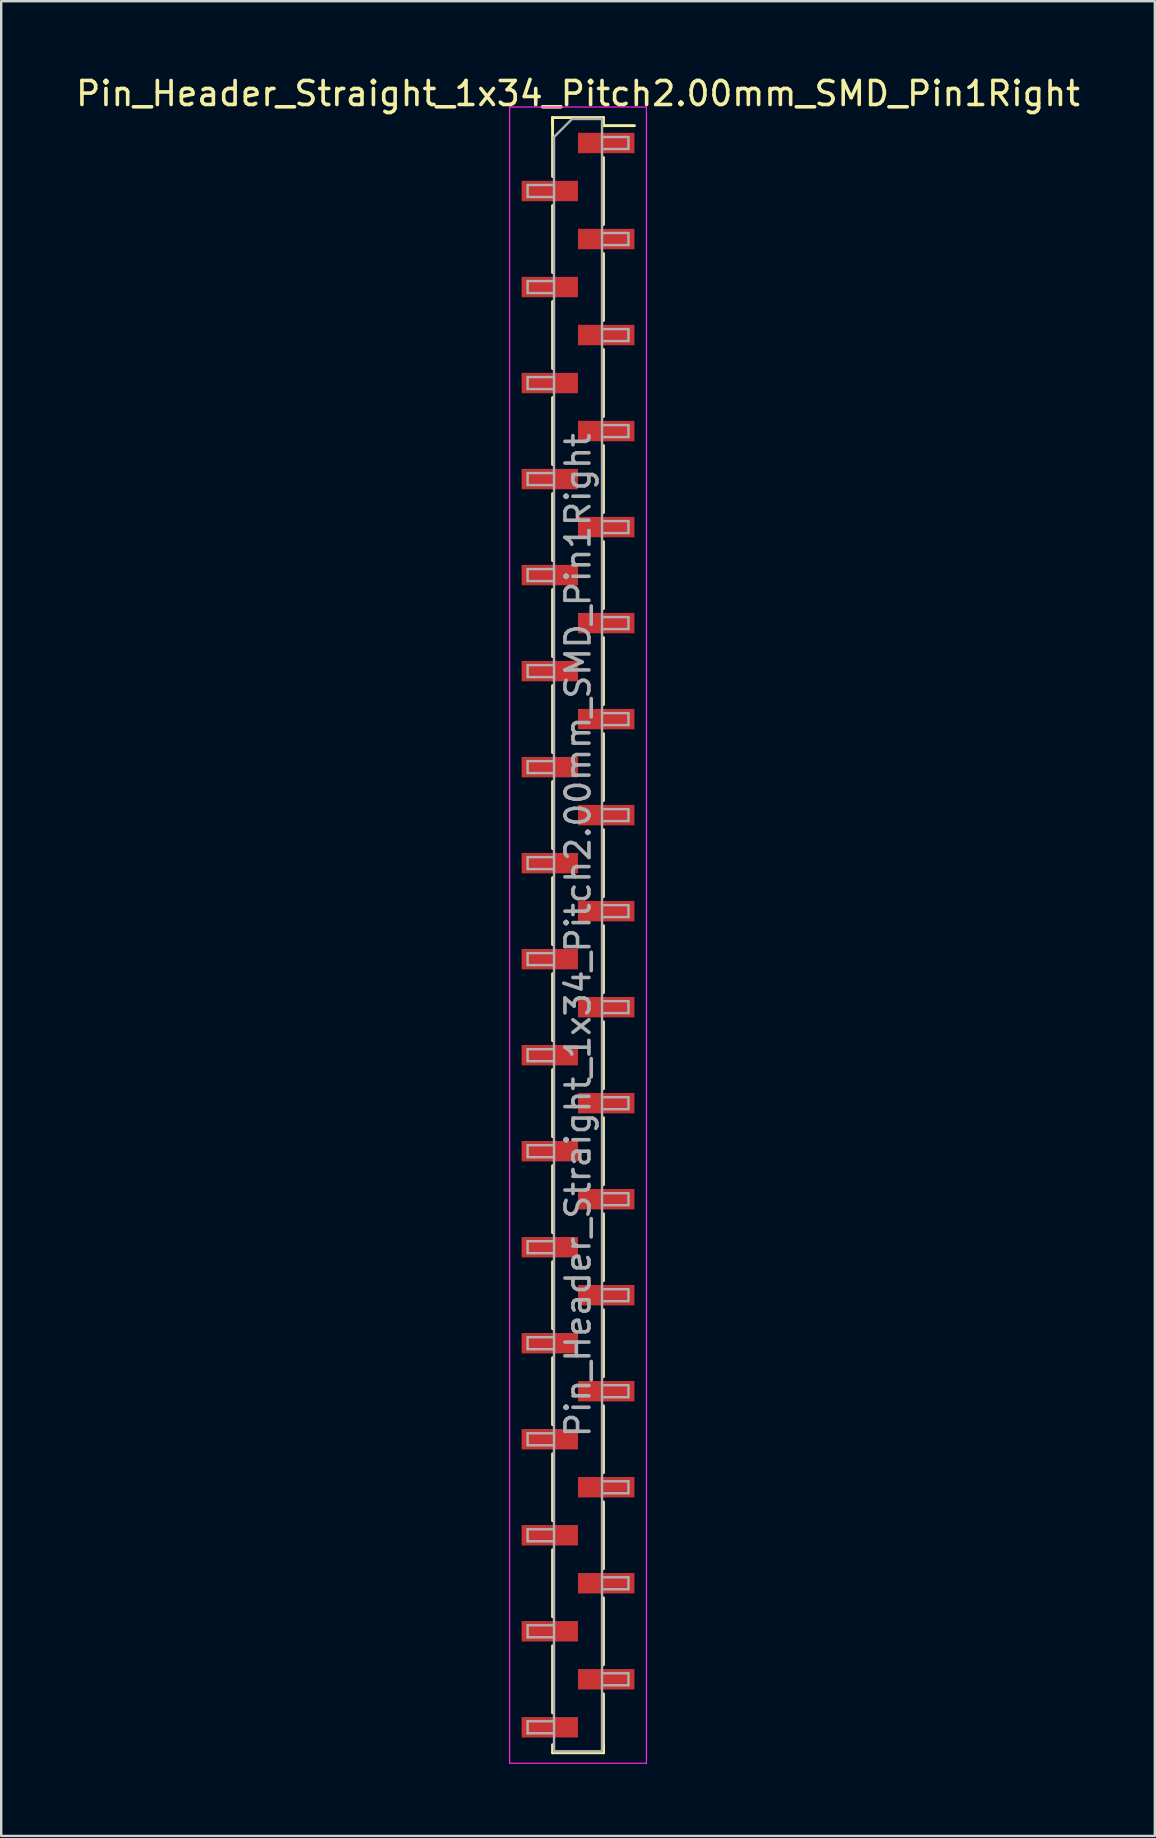
<source format=kicad_pcb>
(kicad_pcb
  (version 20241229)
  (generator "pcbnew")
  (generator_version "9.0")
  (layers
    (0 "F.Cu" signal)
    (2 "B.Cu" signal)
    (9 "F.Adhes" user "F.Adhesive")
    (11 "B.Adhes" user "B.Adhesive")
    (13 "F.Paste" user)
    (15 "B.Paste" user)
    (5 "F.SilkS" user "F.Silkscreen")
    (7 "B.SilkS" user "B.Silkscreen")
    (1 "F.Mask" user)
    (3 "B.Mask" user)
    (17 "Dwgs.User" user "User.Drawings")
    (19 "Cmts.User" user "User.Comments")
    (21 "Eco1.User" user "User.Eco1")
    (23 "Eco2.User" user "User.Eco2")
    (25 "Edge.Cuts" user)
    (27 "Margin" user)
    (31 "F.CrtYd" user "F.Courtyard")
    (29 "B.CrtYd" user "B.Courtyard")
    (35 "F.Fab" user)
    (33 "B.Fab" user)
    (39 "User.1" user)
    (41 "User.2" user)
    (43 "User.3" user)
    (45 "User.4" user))
  (footprint "Pin_Header_Straight_1x34_Pitch2.00mm_SMD_Pin1Right"
    (layer "F.Cu")
    (at 21.03 35.908)
    (property "Reference" "Pin_Header_Straight_1x34_Pitch2.00mm_SMD_Pin1Right" (at 0 -35.06 0) (layer "F.SilkS") (effects (font (size 1 1) (thickness 0.15))))
    (attr smd)
    (fp_line (start -1.06 -34.06) (end -1.06 -31.605) (stroke (width 0.12) (type solid)) (layer "F.SilkS"))
    (fp_line (start -1.06 -34.06) (end 1.06 -34.06) (stroke (width 0.12) (type solid)) (layer "F.SilkS"))
    (fp_line (start -1.06 -33.725) (end -1.06 -34.06) (stroke (width 0.12) (type solid)) (layer "F.SilkS"))
    (fp_line (start -1.06 -30.395) (end -1.06 -27.605) (stroke (width 0.12) (type solid)) (layer "F.SilkS"))
    (fp_line (start -1.06 -26.395) (end -1.06 -23.605) (stroke (width 0.12) (type solid)) (layer "F.SilkS"))
    (fp_line (start -1.06 -22.395) (end -1.06 -19.605) (stroke (width 0.12) (type solid)) (layer "F.SilkS"))
    (fp_line (start -1.06 -18.395) (end -1.06 -15.605) (stroke (width 0.12) (type solid)) (layer "F.SilkS"))
    (fp_line (start -1.06 -14.395) (end -1.06 -11.605) (stroke (width 0.12) (type solid)) (layer "F.SilkS"))
    (fp_line (start -1.06 -10.395) (end -1.06 -7.605) (stroke (width 0.12) (type solid)) (layer "F.SilkS"))
    (fp_line (start -1.06 -6.395) (end -1.06 -3.605) (stroke (width 0.12) (type solid)) (layer "F.SilkS"))
    (fp_line (start -1.06 -2.395) (end -1.06 0.395) (stroke (width 0.12) (type solid)) (layer "F.SilkS"))
    (fp_line (start -1.06 1.605) (end -1.06 4.395) (stroke (width 0.12) (type solid)) (layer "F.SilkS"))
    (fp_line (start -1.06 5.605) (end -1.06 8.395) (stroke (width 0.12) (type solid)) (layer "F.SilkS"))
    (fp_line (start -1.06 9.605) (end -1.06 12.395) (stroke (width 0.12) (type solid)) (layer "F.SilkS"))
    (fp_line (start -1.06 13.605) (end -1.06 16.395) (stroke (width 0.12) (type solid)) (layer "F.SilkS"))
    (fp_line (start -1.06 17.605) (end -1.06 20.395) (stroke (width 0.12) (type solid)) (layer "F.SilkS"))
    (fp_line (start -1.06 21.605) (end -1.06 24.395) (stroke (width 0.12) (type solid)) (layer "F.SilkS"))
    (fp_line (start -1.06 25.605) (end -1.06 28.395) (stroke (width 0.12) (type solid)) (layer "F.SilkS"))
    (fp_line (start -1.06 29.605) (end -1.06 32.395) (stroke (width 0.12) (type solid)) (layer "F.SilkS"))
    (fp_line (start -1.06 33.725) (end -1.06 34.06) (stroke (width 0.12) (type solid)) (layer "F.SilkS"))
    (fp_line (start -1.06 34.06) (end 1.06 34.06) (stroke (width 0.12) (type solid)) (layer "F.SilkS"))
    (fp_line (start 1.06 -34.06) (end 1.06 -33.725) (stroke (width 0.12) (type solid)) (layer "F.SilkS"))
    (fp_line (start 1.06 -33.725) (end 2.35 -33.725) (stroke (width 0.12) (type solid)) (layer "F.SilkS"))
    (fp_line (start 1.06 -32.395) (end 1.06 -29.605) (stroke (width 0.12) (type solid)) (layer "F.SilkS"))
    (fp_line (start 1.06 -28.395) (end 1.06 -25.605) (stroke (width 0.12) (type solid)) (layer "F.SilkS"))
    (fp_line (start 1.06 -24.395) (end 1.06 -21.605) (stroke (width 0.12) (type solid)) (layer "F.SilkS"))
    (fp_line (start 1.06 -20.395) (end 1.06 -17.605) (stroke (width 0.12) (type solid)) (layer "F.SilkS"))
    (fp_line (start 1.06 -16.395) (end 1.06 -13.605) (stroke (width 0.12) (type solid)) (layer "F.SilkS"))
    (fp_line (start 1.06 -12.395) (end 1.06 -9.605) (stroke (width 0.12) (type solid)) (layer "F.SilkS"))
    (fp_line (start 1.06 -8.395) (end 1.06 -5.605) (stroke (width 0.12) (type solid)) (layer "F.SilkS"))
    (fp_line (start 1.06 -4.395) (end 1.06 -1.605) (stroke (width 0.12) (type solid)) (layer "F.SilkS"))
    (fp_line (start 1.06 -0.395) (end 1.06 2.395) (stroke (width 0.12) (type solid)) (layer "F.SilkS"))
    (fp_line (start 1.06 3.605) (end 1.06 6.395) (stroke (width 0.12) (type solid)) (layer "F.SilkS"))
    (fp_line (start 1.06 7.605) (end 1.06 10.395) (stroke (width 0.12) (type solid)) (layer "F.SilkS"))
    (fp_line (start 1.06 11.605) (end 1.06 14.395) (stroke (width 0.12) (type solid)) (layer "F.SilkS"))
    (fp_line (start 1.06 15.605) (end 1.06 18.395) (stroke (width 0.12) (type solid)) (layer "F.SilkS"))
    (fp_line (start 1.06 19.605) (end 1.06 22.395) (stroke (width 0.12) (type solid)) (layer "F.SilkS"))
    (fp_line (start 1.06 23.605) (end 1.06 26.395) (stroke (width 0.12) (type solid)) (layer "F.SilkS"))
    (fp_line (start 1.06 27.605) (end 1.06 30.395) (stroke (width 0.12) (type solid)) (layer "F.SilkS"))
    (fp_line (start 1.06 31.605) (end 1.06 34.06) (stroke (width 0.12) (type solid)) (layer "F.SilkS"))
    (fp_line (start 1.06 34.06) (end 1.06 33.725) (stroke (width 0.12) (type solid)) (layer "F.SilkS"))
    (fp_line (start -2.85 -34.5) (end -2.85 34.5) (stroke (width 0.05) (type solid)) (layer "F.CrtYd"))
    (fp_line (start -2.85 34.5) (end 2.85 34.5) (stroke (width 0.05) (type solid)) (layer "F.CrtYd"))
    (fp_line (start 2.85 -34.5) (end -2.85 -34.5) (stroke (width 0.05) (type solid)) (layer "F.CrtYd"))
    (fp_line (start 2.85 34.5) (end 2.85 -34.5) (stroke (width 0.05) (type solid)) (layer "F.CrtYd"))
    (fp_line (start -2.1 -31.25) (end -2.1 -30.75) (stroke (width 0.1) (type solid)) (layer "F.Fab"))
    (fp_line (start -2.1 -30.75) (end -1 -30.75) (stroke (width 0.1) (type solid)) (layer "F.Fab"))
    (fp_line (start -2.1 -27.25) (end -2.1 -26.75) (stroke (width 0.1) (type solid)) (layer "F.Fab"))
    (fp_line (start -2.1 -26.75) (end -1 -26.75) (stroke (width 0.1) (type solid)) (layer "F.Fab"))
    (fp_line (start -2.1 -23.25) (end -2.1 -22.75) (stroke (width 0.1) (type solid)) (layer "F.Fab"))
    (fp_line (start -2.1 -22.75) (end -1 -22.75) (stroke (width 0.1) (type solid)) (layer "F.Fab"))
    (fp_line (start -2.1 -19.25) (end -2.1 -18.75) (stroke (width 0.1) (type solid)) (layer "F.Fab"))
    (fp_line (start -2.1 -18.75) (end -1 -18.75) (stroke (width 0.1) (type solid)) (layer "F.Fab"))
    (fp_line (start -2.1 -15.25) (end -2.1 -14.75) (stroke (width 0.1) (type solid)) (layer "F.Fab"))
    (fp_line (start -2.1 -14.75) (end -1 -14.75) (stroke (width 0.1) (type solid)) (layer "F.Fab"))
    (fp_line (start -2.1 -11.25) (end -2.1 -10.75) (stroke (width 0.1) (type solid)) (layer "F.Fab"))
    (fp_line (start -2.1 -10.75) (end -1 -10.75) (stroke (width 0.1) (type solid)) (layer "F.Fab"))
    (fp_line (start -2.1 -7.25) (end -2.1 -6.75) (stroke (width 0.1) (type solid)) (layer "F.Fab"))
    (fp_line (start -2.1 -6.75) (end -1 -6.75) (stroke (width 0.1) (type solid)) (layer "F.Fab"))
    (fp_line (start -2.1 -3.25) (end -2.1 -2.75) (stroke (width 0.1) (type solid)) (layer "F.Fab"))
    (fp_line (start -2.1 -2.75) (end -1 -2.75) (stroke (width 0.1) (type solid)) (layer "F.Fab"))
    (fp_line (start -2.1 0.75) (end -2.1 1.25) (stroke (width 0.1) (type solid)) (layer "F.Fab"))
    (fp_line (start -2.1 1.25) (end -1 1.25) (stroke (width 0.1) (type solid)) (layer "F.Fab"))
    (fp_line (start -2.1 4.75) (end -2.1 5.25) (stroke (width 0.1) (type solid)) (layer "F.Fab"))
    (fp_line (start -2.1 5.25) (end -1 5.25) (stroke (width 0.1) (type solid)) (layer "F.Fab"))
    (fp_line (start -2.1 8.75) (end -2.1 9.25) (stroke (width 0.1) (type solid)) (layer "F.Fab"))
    (fp_line (start -2.1 9.25) (end -1 9.25) (stroke (width 0.1) (type solid)) (layer "F.Fab"))
    (fp_line (start -2.1 12.75) (end -2.1 13.25) (stroke (width 0.1) (type solid)) (layer "F.Fab"))
    (fp_line (start -2.1 13.25) (end -1 13.25) (stroke (width 0.1) (type solid)) (layer "F.Fab"))
    (fp_line (start -2.1 16.75) (end -2.1 17.25) (stroke (width 0.1) (type solid)) (layer "F.Fab"))
    (fp_line (start -2.1 17.25) (end -1 17.25) (stroke (width 0.1) (type solid)) (layer "F.Fab"))
    (fp_line (start -2.1 20.75) (end -2.1 21.25) (stroke (width 0.1) (type solid)) (layer "F.Fab"))
    (fp_line (start -2.1 21.25) (end -1 21.25) (stroke (width 0.1) (type solid)) (layer "F.Fab"))
    (fp_line (start -2.1 24.75) (end -2.1 25.25) (stroke (width 0.1) (type solid)) (layer "F.Fab"))
    (fp_line (start -2.1 25.25) (end -1 25.25) (stroke (width 0.1) (type solid)) (layer "F.Fab"))
    (fp_line (start -2.1 28.75) (end -2.1 29.25) (stroke (width 0.1) (type solid)) (layer "F.Fab"))
    (fp_line (start -2.1 29.25) (end -1 29.25) (stroke (width 0.1) (type solid)) (layer "F.Fab"))
    (fp_line (start -2.1 32.75) (end -2.1 33.25) (stroke (width 0.1) (type solid)) (layer "F.Fab"))
    (fp_line (start -2.1 33.25) (end -1 33.25) (stroke (width 0.1) (type solid)) (layer "F.Fab"))
    (fp_line (start -1 -33.25) (end -0.25 -34) (stroke (width 0.1) (type solid)) (layer "F.Fab"))
    (fp_line (start -1 -31.25) (end -2.1 -31.25) (stroke (width 0.1) (type solid)) (layer "F.Fab"))
    (fp_line (start -1 -27.25) (end -2.1 -27.25) (stroke (width 0.1) (type solid)) (layer "F.Fab"))
    (fp_line (start -1 -23.25) (end -2.1 -23.25) (stroke (width 0.1) (type solid)) (layer "F.Fab"))
    (fp_line (start -1 -19.25) (end -2.1 -19.25) (stroke (width 0.1) (type solid)) (layer "F.Fab"))
    (fp_line (start -1 -15.25) (end -2.1 -15.25) (stroke (width 0.1) (type solid)) (layer "F.Fab"))
    (fp_line (start -1 -11.25) (end -2.1 -11.25) (stroke (width 0.1) (type solid)) (layer "F.Fab"))
    (fp_line (start -1 -7.25) (end -2.1 -7.25) (stroke (width 0.1) (type solid)) (layer "F.Fab"))
    (fp_line (start -1 -3.25) (end -2.1 -3.25) (stroke (width 0.1) (type solid)) (layer "F.Fab"))
    (fp_line (start -1 0.75) (end -2.1 0.75) (stroke (width 0.1) (type solid)) (layer "F.Fab"))
    (fp_line (start -1 4.75) (end -2.1 4.75) (stroke (width 0.1) (type solid)) (layer "F.Fab"))
    (fp_line (start -1 8.75) (end -2.1 8.75) (stroke (width 0.1) (type solid)) (layer "F.Fab"))
    (fp_line (start -1 12.75) (end -2.1 12.75) (stroke (width 0.1) (type solid)) (layer "F.Fab"))
    (fp_line (start -1 16.75) (end -2.1 16.75) (stroke (width 0.1) (type solid)) (layer "F.Fab"))
    (fp_line (start -1 20.75) (end -2.1 20.75) (stroke (width 0.1) (type solid)) (layer "F.Fab"))
    (fp_line (start -1 24.75) (end -2.1 24.75) (stroke (width 0.1) (type solid)) (layer "F.Fab"))
    (fp_line (start -1 28.75) (end -2.1 28.75) (stroke (width 0.1) (type solid)) (layer "F.Fab"))
    (fp_line (start -1 32.75) (end -2.1 32.75) (stroke (width 0.1) (type solid)) (layer "F.Fab"))
    (fp_line (start -1 34) (end -1 -33.25) (stroke (width 0.1) (type solid)) (layer "F.Fab"))
    (fp_line (start -0.25 -34) (end 1 -34) (stroke (width 0.1) (type solid)) (layer "F.Fab"))
    (fp_line (start 1 -34) (end 1 34) (stroke (width 0.1) (type solid)) (layer "F.Fab"))
    (fp_line (start 1 -33.25) (end 2.1 -33.25) (stroke (width 0.1) (type solid)) (layer "F.Fab"))
    (fp_line (start 1 -29.25) (end 2.1 -29.25) (stroke (width 0.1) (type solid)) (layer "F.Fab"))
    (fp_line (start 1 -25.25) (end 2.1 -25.25) (stroke (width 0.1) (type solid)) (layer "F.Fab"))
    (fp_line (start 1 -21.25) (end 2.1 -21.25) (stroke (width 0.1) (type solid)) (layer "F.Fab"))
    (fp_line (start 1 -17.25) (end 2.1 -17.25) (stroke (width 0.1) (type solid)) (layer "F.Fab"))
    (fp_line (start 1 -13.25) (end 2.1 -13.25) (stroke (width 0.1) (type solid)) (layer "F.Fab"))
    (fp_line (start 1 -9.25) (end 2.1 -9.25) (stroke (width 0.1) (type solid)) (layer "F.Fab"))
    (fp_line (start 1 -5.25) (end 2.1 -5.25) (stroke (width 0.1) (type solid)) (layer "F.Fab"))
    (fp_line (start 1 -1.25) (end 2.1 -1.25) (stroke (width 0.1) (type solid)) (layer "F.Fab"))
    (fp_line (start 1 2.75) (end 2.1 2.75) (stroke (width 0.1) (type solid)) (layer "F.Fab"))
    (fp_line (start 1 6.75) (end 2.1 6.75) (stroke (width 0.1) (type solid)) (layer "F.Fab"))
    (fp_line (start 1 10.75) (end 2.1 10.75) (stroke (width 0.1) (type solid)) (layer "F.Fab"))
    (fp_line (start 1 14.75) (end 2.1 14.75) (stroke (width 0.1) (type solid)) (layer "F.Fab"))
    (fp_line (start 1 18.75) (end 2.1 18.75) (stroke (width 0.1) (type solid)) (layer "F.Fab"))
    (fp_line (start 1 22.75) (end 2.1 22.75) (stroke (width 0.1) (type solid)) (layer "F.Fab"))
    (fp_line (start 1 26.75) (end 2.1 26.75) (stroke (width 0.1) (type solid)) (layer "F.Fab"))
    (fp_line (start 1 30.75) (end 2.1 30.75) (stroke (width 0.1) (type solid)) (layer "F.Fab"))
    (fp_line (start 1 34) (end -1 34) (stroke (width 0.1) (type solid)) (layer "F.Fab"))
    (fp_line (start 2.1 -33.25) (end 2.1 -32.75) (stroke (width 0.1) (type solid)) (layer "F.Fab"))
    (fp_line (start 2.1 -32.75) (end 1 -32.75) (stroke (width 0.1) (type solid)) (layer "F.Fab"))
    (fp_line (start 2.1 -29.25) (end 2.1 -28.75) (stroke (width 0.1) (type solid)) (layer "F.Fab"))
    (fp_line (start 2.1 -28.75) (end 1 -28.75) (stroke (width 0.1) (type solid)) (layer "F.Fab"))
    (fp_line (start 2.1 -25.25) (end 2.1 -24.75) (stroke (width 0.1) (type solid)) (layer "F.Fab"))
    (fp_line (start 2.1 -24.75) (end 1 -24.75) (stroke (width 0.1) (type solid)) (layer "F.Fab"))
    (fp_line (start 2.1 -21.25) (end 2.1 -20.75) (stroke (width 0.1) (type solid)) (layer "F.Fab"))
    (fp_line (start 2.1 -20.75) (end 1 -20.75) (stroke (width 0.1) (type solid)) (layer "F.Fab"))
    (fp_line (start 2.1 -17.25) (end 2.1 -16.75) (stroke (width 0.1) (type solid)) (layer "F.Fab"))
    (fp_line (start 2.1 -16.75) (end 1 -16.75) (stroke (width 0.1) (type solid)) (layer "F.Fab"))
    (fp_line (start 2.1 -13.25) (end 2.1 -12.75) (stroke (width 0.1) (type solid)) (layer "F.Fab"))
    (fp_line (start 2.1 -12.75) (end 1 -12.75) (stroke (width 0.1) (type solid)) (layer "F.Fab"))
    (fp_line (start 2.1 -9.25) (end 2.1 -8.75) (stroke (width 0.1) (type solid)) (layer "F.Fab"))
    (fp_line (start 2.1 -8.75) (end 1 -8.75) (stroke (width 0.1) (type solid)) (layer "F.Fab"))
    (fp_line (start 2.1 -5.25) (end 2.1 -4.75) (stroke (width 0.1) (type solid)) (layer "F.Fab"))
    (fp_line (start 2.1 -4.75) (end 1 -4.75) (stroke (width 0.1) (type solid)) (layer "F.Fab"))
    (fp_line (start 2.1 -1.25) (end 2.1 -0.75) (stroke (width 0.1) (type solid)) (layer "F.Fab"))
    (fp_line (start 2.1 -0.75) (end 1 -0.75) (stroke (width 0.1) (type solid)) (layer "F.Fab"))
    (fp_line (start 2.1 2.75) (end 2.1 3.25) (stroke (width 0.1) (type solid)) (layer "F.Fab"))
    (fp_line (start 2.1 3.25) (end 1 3.25) (stroke (width 0.1) (type solid)) (layer "F.Fab"))
    (fp_line (start 2.1 6.75) (end 2.1 7.25) (stroke (width 0.1) (type solid)) (layer "F.Fab"))
    (fp_line (start 2.1 7.25) (end 1 7.25) (stroke (width 0.1) (type solid)) (layer "F.Fab"))
    (fp_line (start 2.1 10.75) (end 2.1 11.25) (stroke (width 0.1) (type solid)) (layer "F.Fab"))
    (fp_line (start 2.1 11.25) (end 1 11.25) (stroke (width 0.1) (type solid)) (layer "F.Fab"))
    (fp_line (start 2.1 14.75) (end 2.1 15.25) (stroke (width 0.1) (type solid)) (layer "F.Fab"))
    (fp_line (start 2.1 15.25) (end 1 15.25) (stroke (width 0.1) (type solid)) (layer "F.Fab"))
    (fp_line (start 2.1 18.75) (end 2.1 19.25) (stroke (width 0.1) (type solid)) (layer "F.Fab"))
    (fp_line (start 2.1 19.25) (end 1 19.25) (stroke (width 0.1) (type solid)) (layer "F.Fab"))
    (fp_line (start 2.1 22.75) (end 2.1 23.25) (stroke (width 0.1) (type solid)) (layer "F.Fab"))
    (fp_line (start 2.1 23.25) (end 1 23.25) (stroke (width 0.1) (type solid)) (layer "F.Fab"))
    (fp_line (start 2.1 26.75) (end 2.1 27.25) (stroke (width 0.1) (type solid)) (layer "F.Fab"))
    (fp_line (start 2.1 27.25) (end 1 27.25) (stroke (width 0.1) (type solid)) (layer "F.Fab"))
    (fp_line (start 2.1 30.75) (end 2.1 31.25) (stroke (width 0.1) (type solid)) (layer "F.Fab"))
    (fp_line (start 2.1 31.25) (end 1 31.25) (stroke (width 0.1) (type solid)) (layer "F.Fab"))
    (fp_text user "${REFERENCE}" (at 0 0 90) (layer "F.Fab") (effects (font (size 1 1) (thickness 0.15))))
    (pad "1" smd rect (at 1.175 -33) (size 2.35 0.85) (layers "F.Cu" "F.Mask" "F.Paste"))
    (pad "2" smd rect (at -1.175 -31) (size 2.35 0.85) (layers "F.Cu" "F.Mask" "F.Paste"))
    (pad "3" smd rect (at 1.175 -29) (size 2.35 0.85) (layers "F.Cu" "F.Mask" "F.Paste"))
    (pad "4" smd rect (at -1.175 -27) (size 2.35 0.85) (layers "F.Cu" "F.Mask" "F.Paste"))
    (pad "5" smd rect (at 1.175 -25) (size 2.35 0.85) (layers "F.Cu" "F.Mask" "F.Paste"))
    (pad "6" smd rect (at -1.175 -23) (size 2.35 0.85) (layers "F.Cu" "F.Mask" "F.Paste"))
    (pad "7" smd rect (at 1.175 -21) (size 2.35 0.85) (layers "F.Cu" "F.Mask" "F.Paste"))
    (pad "8" smd rect (at -1.175 -19) (size 2.35 0.85) (layers "F.Cu" "F.Mask" "F.Paste"))
    (pad "9" smd rect (at 1.175 -17) (size 2.35 0.85) (layers "F.Cu" "F.Mask" "F.Paste"))
    (pad "10" smd rect (at -1.175 -15) (size 2.35 0.85) (layers "F.Cu" "F.Mask" "F.Paste"))
    (pad "11" smd rect (at 1.175 -13) (size 2.35 0.85) (layers "F.Cu" "F.Mask" "F.Paste"))
    (pad "12" smd rect (at -1.175 -11) (size 2.35 0.85) (layers "F.Cu" "F.Mask" "F.Paste"))
    (pad "13" smd rect (at 1.175 -9) (size 2.35 0.85) (layers "F.Cu" "F.Mask" "F.Paste"))
    (pad "14" smd rect (at -1.175 -7) (size 2.35 0.85) (layers "F.Cu" "F.Mask" "F.Paste"))
    (pad "15" smd rect (at 1.175 -5) (size 2.35 0.85) (layers "F.Cu" "F.Mask" "F.Paste"))
    (pad "16" smd rect (at -1.175 -3) (size 2.35 0.85) (layers "F.Cu" "F.Mask" "F.Paste"))
    (pad "17" smd rect (at 1.175 -1) (size 2.35 0.85) (layers "F.Cu" "F.Mask" "F.Paste"))
    (pad "18" smd rect (at -1.175 1) (size 2.35 0.85) (layers "F.Cu" "F.Mask" "F.Paste"))
    (pad "19" smd rect (at 1.175 3) (size 2.35 0.85) (layers "F.Cu" "F.Mask" "F.Paste"))
    (pad "20" smd rect (at -1.175 5) (size 2.35 0.85) (layers "F.Cu" "F.Mask" "F.Paste"))
    (pad "21" smd rect (at 1.175 7) (size 2.35 0.85) (layers "F.Cu" "F.Mask" "F.Paste"))
    (pad "22" smd rect (at -1.175 9) (size 2.35 0.85) (layers "F.Cu" "F.Mask" "F.Paste"))
    (pad "23" smd rect (at 1.175 11) (size 2.35 0.85) (layers "F.Cu" "F.Mask" "F.Paste"))
    (pad "24" smd rect (at -1.175 13) (size 2.35 0.85) (layers "F.Cu" "F.Mask" "F.Paste"))
    (pad "25" smd rect (at 1.175 15) (size 2.35 0.85) (layers "F.Cu" "F.Mask" "F.Paste"))
    (pad "26" smd rect (at -1.175 17) (size 2.35 0.85) (layers "F.Cu" "F.Mask" "F.Paste"))
    (pad "27" smd rect (at 1.175 19) (size 2.35 0.85) (layers "F.Cu" "F.Mask" "F.Paste"))
    (pad "28" smd rect (at -1.175 21) (size 2.35 0.85) (layers "F.Cu" "F.Mask" "F.Paste"))
    (pad "29" smd rect (at 1.175 23) (size 2.35 0.85) (layers "F.Cu" "F.Mask" "F.Paste"))
    (pad "30" smd rect (at -1.175 25) (size 2.35 0.85) (layers "F.Cu" "F.Mask" "F.Paste"))
    (pad "31" smd rect (at 1.175 27) (size 2.35 0.85) (layers "F.Cu" "F.Mask" "F.Paste"))
    (pad "32" smd rect (at -1.175 29) (size 2.35 0.85) (layers "F.Cu" "F.Mask" "F.Paste"))
    (pad "33" smd rect (at 1.175 31) (size 2.35 0.85) (layers "F.Cu" "F.Mask" "F.Paste"))
    (pad "34" smd rect (at -1.175 33) (size 2.35 0.85) (layers "F.Cu" "F.Mask" "F.Paste")))
  (gr_rect
    (start -3 -3)
    (end 45.06 73.433)
    (stroke (width 0.1) (type default))
    (fill no)
    (layer "Edge.Cuts")))
</source>
